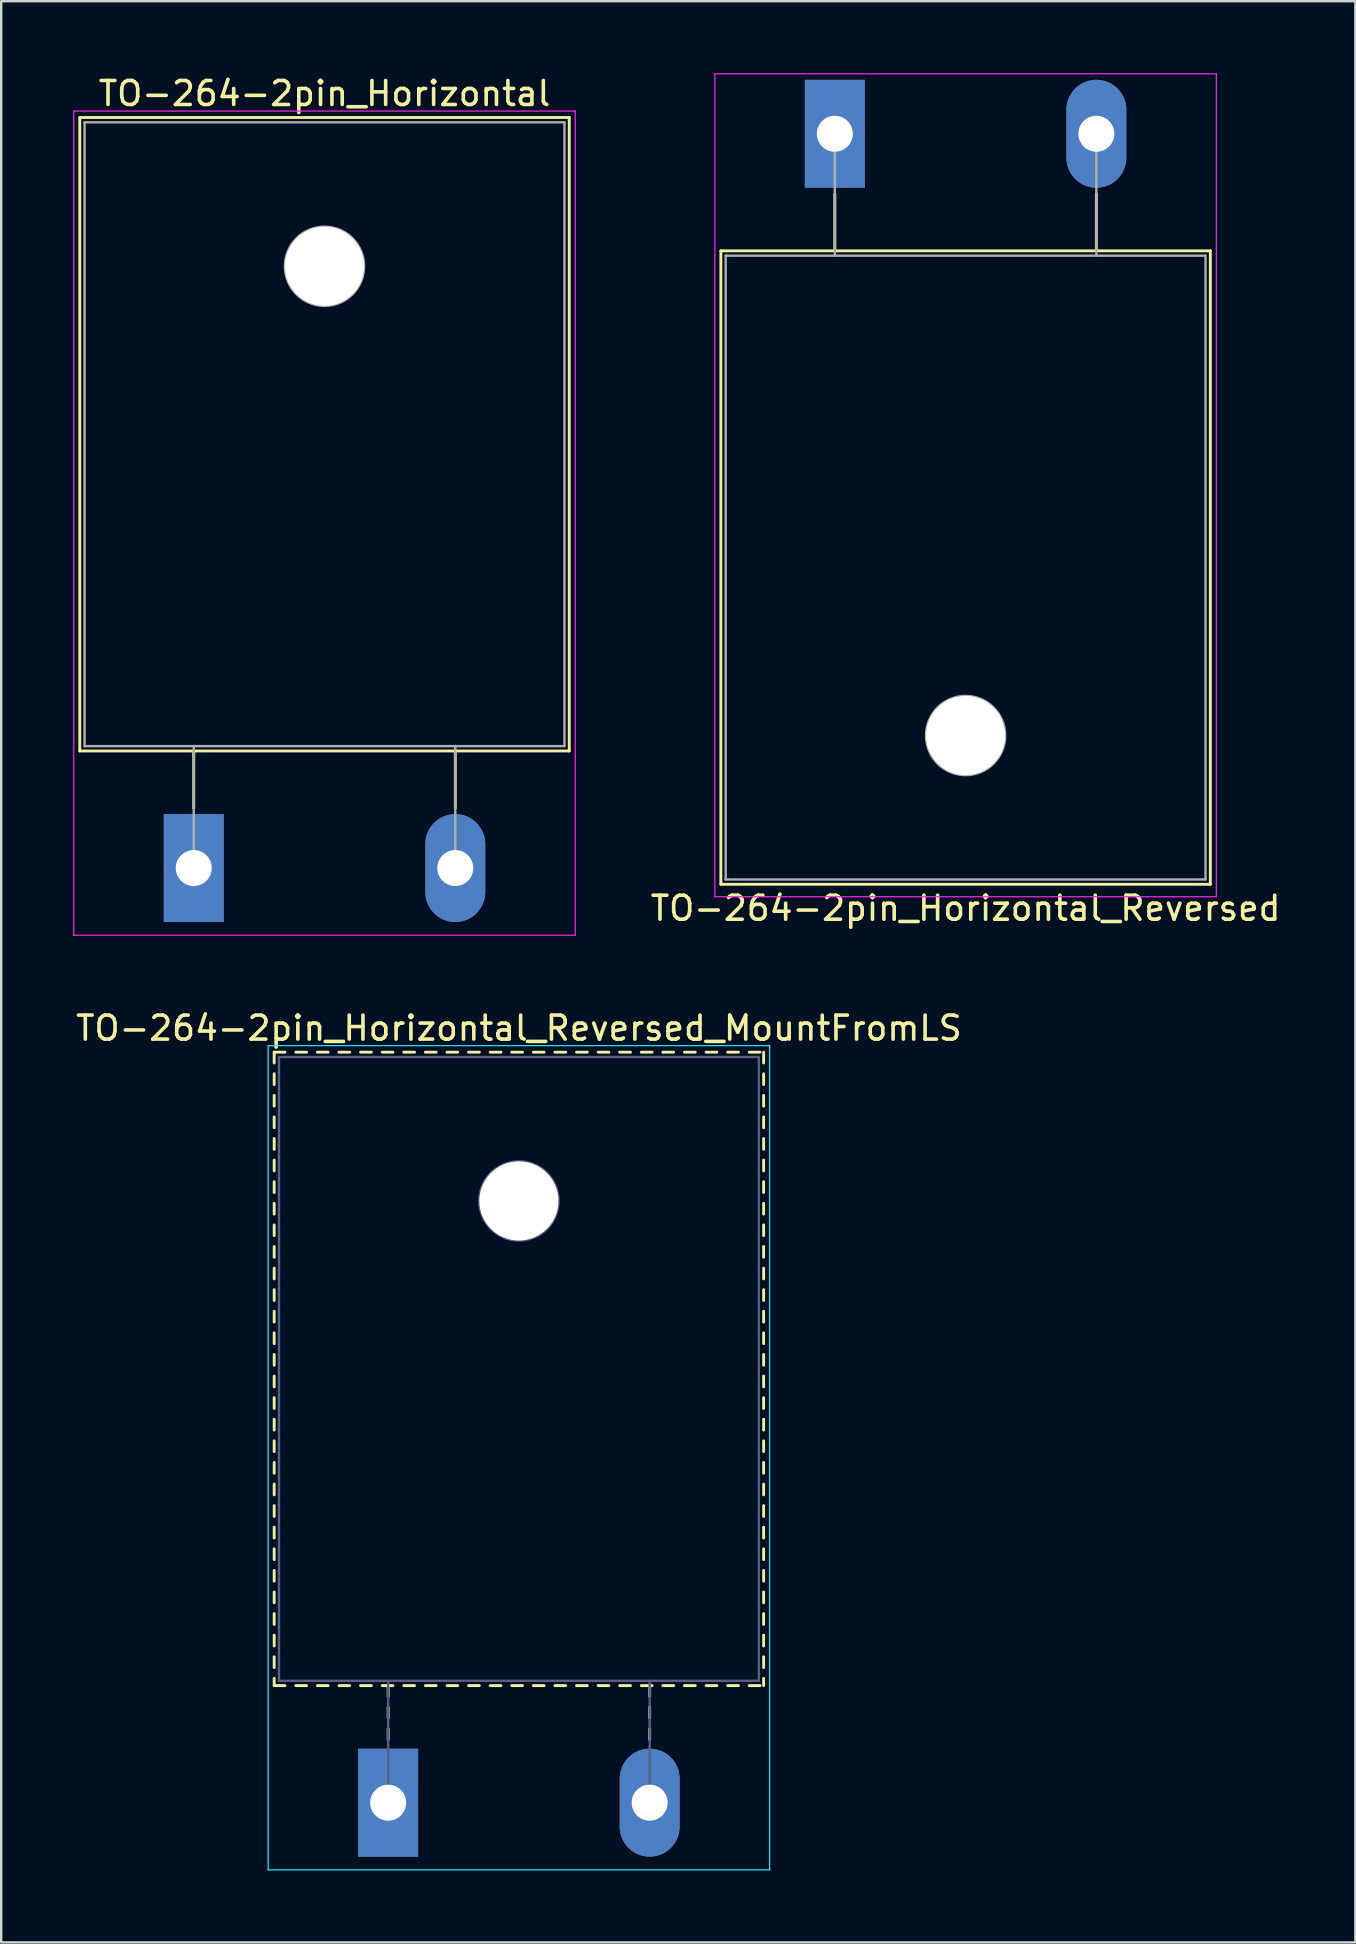
<source format=kicad_pcb>
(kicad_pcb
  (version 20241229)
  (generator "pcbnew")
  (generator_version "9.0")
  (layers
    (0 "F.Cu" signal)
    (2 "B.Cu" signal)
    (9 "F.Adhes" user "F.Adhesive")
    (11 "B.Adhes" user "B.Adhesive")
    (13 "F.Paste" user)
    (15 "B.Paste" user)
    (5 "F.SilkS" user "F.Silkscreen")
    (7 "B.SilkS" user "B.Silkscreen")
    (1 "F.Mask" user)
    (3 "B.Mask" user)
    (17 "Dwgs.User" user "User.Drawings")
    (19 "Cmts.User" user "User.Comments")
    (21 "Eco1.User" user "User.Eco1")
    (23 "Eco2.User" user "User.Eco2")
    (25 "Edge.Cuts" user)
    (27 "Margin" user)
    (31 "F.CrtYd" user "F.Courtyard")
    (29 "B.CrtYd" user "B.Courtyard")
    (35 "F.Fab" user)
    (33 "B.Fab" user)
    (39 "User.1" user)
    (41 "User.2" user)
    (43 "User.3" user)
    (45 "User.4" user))
  (footprint "TO-264-2pin_Horizontal"
    (layer "F.Cu")
    (at 5.025 33.128)
    (property "Reference" "TO-264-2pin_Horizontal" (at 5.45 -32.28 0) (layer "F.SilkS") (effects (font (size 1 1) (thickness 0.15))))
    (attr through_hole)
    (fp_line (start -4.75 -31.28) (end -4.75 -4.88) (stroke (width 0.12) (type solid)) (layer "F.SilkS"))
    (fp_line (start -4.75 -31.28) (end 15.65 -31.28) (stroke (width 0.12) (type solid)) (layer "F.SilkS"))
    (fp_line (start -4.75 -4.88) (end 15.65 -4.88) (stroke (width 0.12) (type solid)) (layer "F.SilkS"))
    (fp_line (start 0 -4.88) (end 0 -2.5) (stroke (width 0.12) (type solid)) (layer "F.SilkS"))
    (fp_line (start 10.9 -4.88) (end 10.9 -2.5) (stroke (width 0.12) (type solid)) (layer "F.SilkS"))
    (fp_line (start 15.65 -31.28) (end 15.65 -4.88) (stroke (width 0.12) (type solid)) (layer "F.SilkS"))
    (fp_line (start -5 -31.55) (end -5 2.8) (stroke (width 0.05) (type solid)) (layer "F.CrtYd"))
    (fp_line (start -5 2.8) (end 15.9 2.8) (stroke (width 0.05) (type solid)) (layer "F.CrtYd"))
    (fp_line (start 15.9 -31.55) (end -5 -31.55) (stroke (width 0.05) (type solid)) (layer "F.CrtYd"))
    (fp_line (start 15.9 2.8) (end 15.9 -31.55) (stroke (width 0.05) (type solid)) (layer "F.CrtYd"))
    (fp_line (start -4.55 -31.08) (end 15.45 -31.08) (stroke (width 0.1) (type solid)) (layer "F.Fab"))
    (fp_line (start -4.55 -5.08) (end -4.55 -31.08) (stroke (width 0.1) (type solid)) (layer "F.Fab"))
    (fp_line (start 0 -5.08) (end 0 0) (stroke (width 0.1) (type solid)) (layer "F.Fab"))
    (fp_line (start 10.9 -5.08) (end 10.9 0) (stroke (width 0.1) (type solid)) (layer "F.Fab"))
    (fp_line (start 15.45 -31.08) (end 15.45 -5.08) (stroke (width 0.1) (type solid)) (layer "F.Fab"))
    (fp_line (start 15.45 -5.08) (end -4.55 -5.08) (stroke (width 0.1) (type solid)) (layer "F.Fab"))
    (fp_circle (center 5.45 -25.08) (end 7.1 -25.08) (stroke (width 0.1) (type solid)) (fill no) (layer "F.Fab"))
    (pad "" np_thru_hole oval (at 5.45 -25.08) (size 3.3 3.3) (drill 3.3) (layers "*.Cu" "*.Mask"))
    (pad "1" thru_hole rect (at 0 0) (size 2.5 4.5) (drill 1.5) (layers "*.Cu" "*.Mask"))
    (pad "2" thru_hole oval (at 10.9 0) (size 2.5 4.5) (drill 1.5) (layers "*.Cu" "*.Mask")))
  (footprint "TO-264-2pin_Horizontal_Reversed_MountFromLS"
    (layer "F.Cu")
    (at 13.127 72.082)
    (property "Reference" "TO-264-2pin_Horizontal_Reversed_MountFromLS" (at 5.45 -32.28 0) (layer "F.SilkS") (effects (font (size 1 1) (thickness 0.15))))
    (attr through_hole)
    (fp_line (start -4.75 -31.28) (end -4.75 -30.83) (stroke (width 0.12) (type solid)) (layer "F.SilkS"))
    (fp_line (start -4.75 -31.28) (end -4.3 -31.28) (stroke (width 0.12) (type solid)) (layer "F.SilkS"))
    (fp_line (start -4.75 -30.38) (end -4.75 -29.93) (stroke (width 0.12) (type solid)) (layer "F.SilkS"))
    (fp_line (start -4.75 -29.48) (end -4.75 -29.03) (stroke (width 0.12) (type solid)) (layer "F.SilkS"))
    (fp_line (start -4.75 -28.58) (end -4.75 -28.131) (stroke (width 0.12) (type solid)) (layer "F.SilkS"))
    (fp_line (start -4.75 -27.681) (end -4.75 -27.231) (stroke (width 0.12) (type solid)) (layer "F.SilkS"))
    (fp_line (start -4.75 -26.781) (end -4.75 -26.331) (stroke (width 0.12) (type solid)) (layer "F.SilkS"))
    (fp_line (start -4.75 -25.881) (end -4.75 -25.431) (stroke (width 0.12) (type solid)) (layer "F.SilkS"))
    (fp_line (start -4.75 -24.981) (end -4.75 -24.531) (stroke (width 0.12) (type solid)) (layer "F.SilkS"))
    (fp_line (start -4.75 -24.081) (end -4.75 -23.631) (stroke (width 0.12) (type solid)) (layer "F.SilkS"))
    (fp_line (start -4.75 -23.181) (end -4.75 -22.731) (stroke (width 0.12) (type solid)) (layer "F.SilkS"))
    (fp_line (start -4.75 -22.281) (end -4.75 -21.831) (stroke (width 0.12) (type solid)) (layer "F.SilkS"))
    (fp_line (start -4.75 -21.381) (end -4.75 -20.931) (stroke (width 0.12) (type solid)) (layer "F.SilkS"))
    (fp_line (start -4.75 -20.481) (end -4.75 -20.031) (stroke (width 0.12) (type solid)) (layer "F.SilkS"))
    (fp_line (start -4.75 -19.581) (end -4.75 -19.131) (stroke (width 0.12) (type solid)) (layer "F.SilkS"))
    (fp_line (start -4.75 -18.681) (end -4.75 -18.231) (stroke (width 0.12) (type solid)) (layer "F.SilkS"))
    (fp_line (start -4.75 -17.781) (end -4.75 -17.331) (stroke (width 0.12) (type solid)) (layer "F.SilkS"))
    (fp_line (start -4.75 -16.881) (end -4.75 -16.431) (stroke (width 0.12) (type solid)) (layer "F.SilkS"))
    (fp_line (start -4.75 -15.981) (end -4.75 -15.531) (stroke (width 0.12) (type solid)) (layer "F.SilkS"))
    (fp_line (start -4.75 -15.081) (end -4.75 -14.631) (stroke (width 0.12) (type solid)) (layer "F.SilkS"))
    (fp_line (start -4.75 -14.181) (end -4.75 -13.731) (stroke (width 0.12) (type solid)) (layer "F.SilkS"))
    (fp_line (start -4.75 -13.281) (end -4.75 -12.831) (stroke (width 0.12) (type solid)) (layer "F.SilkS"))
    (fp_line (start -4.75 -12.381) (end -4.75 -11.931) (stroke (width 0.12) (type solid)) (layer "F.SilkS"))
    (fp_line (start -4.75 -11.481) (end -4.75 -11.031) (stroke (width 0.12) (type solid)) (layer "F.SilkS"))
    (fp_line (start -4.75 -10.581) (end -4.75 -10.131) (stroke (width 0.12) (type solid)) (layer "F.SilkS"))
    (fp_line (start -4.75 -9.681) (end -4.75 -9.231) (stroke (width 0.12) (type solid)) (layer "F.SilkS"))
    (fp_line (start -4.75 -8.781) (end -4.75 -8.331) (stroke (width 0.12) (type solid)) (layer "F.SilkS"))
    (fp_line (start -4.75 -7.881) (end -4.75 -7.431) (stroke (width 0.12) (type solid)) (layer "F.SilkS"))
    (fp_line (start -4.75 -6.981) (end -4.75 -6.531) (stroke (width 0.12) (type solid)) (layer "F.SilkS"))
    (fp_line (start -4.75 -6.081) (end -4.75 -5.631) (stroke (width 0.12) (type solid)) (layer "F.SilkS"))
    (fp_line (start -4.75 -5.181) (end -4.75 -4.88) (stroke (width 0.12) (type solid)) (layer "F.SilkS"))
    (fp_line (start -4.75 -4.88) (end -4.3 -4.88) (stroke (width 0.12) (type solid)) (layer "F.SilkS"))
    (fp_line (start -3.85 -31.28) (end -3.4 -31.28) (stroke (width 0.12) (type solid)) (layer "F.SilkS"))
    (fp_line (start -3.85 -4.88) (end -3.4 -4.88) (stroke (width 0.12) (type solid)) (layer "F.SilkS"))
    (fp_line (start -2.95 -31.28) (end -2.5 -31.28) (stroke (width 0.12) (type solid)) (layer "F.SilkS"))
    (fp_line (start -2.95 -4.88) (end -2.5 -4.88) (stroke (width 0.12) (type solid)) (layer "F.SilkS"))
    (fp_line (start -2.05 -31.28) (end -1.6 -31.28) (stroke (width 0.12) (type solid)) (layer "F.SilkS"))
    (fp_line (start -2.05 -4.88) (end -1.6 -4.88) (stroke (width 0.12) (type solid)) (layer "F.SilkS"))
    (fp_line (start -1.15 -31.28) (end -0.7 -31.28) (stroke (width 0.12) (type solid)) (layer "F.SilkS"))
    (fp_line (start -1.15 -4.88) (end -0.7 -4.88) (stroke (width 0.12) (type solid)) (layer "F.SilkS"))
    (fp_line (start -0.25 -31.28) (end 0.201 -31.28) (stroke (width 0.12) (type solid)) (layer "F.SilkS"))
    (fp_line (start -0.25 -4.88) (end 0.201 -4.88) (stroke (width 0.12) (type solid)) (layer "F.SilkS"))
    (fp_line (start 0 -4.88) (end 0 -4.43) (stroke (width 0.12) (type solid)) (layer "F.SilkS"))
    (fp_line (start 0 -3.98) (end 0 -3.53) (stroke (width 0.12) (type solid)) (layer "F.SilkS"))
    (fp_line (start 0 -3.08) (end 0 -2.63) (stroke (width 0.12) (type solid)) (layer "F.SilkS"))
    (fp_line (start 0.651 -31.28) (end 1.101 -31.28) (stroke (width 0.12) (type solid)) (layer "F.SilkS"))
    (fp_line (start 0.651 -4.88) (end 1.101 -4.88) (stroke (width 0.12) (type solid)) (layer "F.SilkS"))
    (fp_line (start 1.551 -31.28) (end 2.001 -31.28) (stroke (width 0.12) (type solid)) (layer "F.SilkS"))
    (fp_line (start 1.551 -4.88) (end 2.001 -4.88) (stroke (width 0.12) (type solid)) (layer "F.SilkS"))
    (fp_line (start 2.451 -31.28) (end 2.901 -31.28) (stroke (width 0.12) (type solid)) (layer "F.SilkS"))
    (fp_line (start 2.451 -4.88) (end 2.901 -4.88) (stroke (width 0.12) (type solid)) (layer "F.SilkS"))
    (fp_line (start 3.351 -31.28) (end 3.801 -31.28) (stroke (width 0.12) (type solid)) (layer "F.SilkS"))
    (fp_line (start 3.351 -4.88) (end 3.801 -4.88) (stroke (width 0.12) (type solid)) (layer "F.SilkS"))
    (fp_line (start 4.251 -31.28) (end 4.701 -31.28) (stroke (width 0.12) (type solid)) (layer "F.SilkS"))
    (fp_line (start 4.251 -4.88) (end 4.701 -4.88) (stroke (width 0.12) (type solid)) (layer "F.SilkS"))
    (fp_line (start 5.151 -31.28) (end 5.601 -31.28) (stroke (width 0.12) (type solid)) (layer "F.SilkS"))
    (fp_line (start 5.151 -4.88) (end 5.601 -4.88) (stroke (width 0.12) (type solid)) (layer "F.SilkS"))
    (fp_line (start 6.051 -31.28) (end 6.501 -31.28) (stroke (width 0.12) (type solid)) (layer "F.SilkS"))
    (fp_line (start 6.051 -4.88) (end 6.501 -4.88) (stroke (width 0.12) (type solid)) (layer "F.SilkS"))
    (fp_line (start 6.951 -31.28) (end 7.401 -31.28) (stroke (width 0.12) (type solid)) (layer "F.SilkS"))
    (fp_line (start 6.951 -4.88) (end 7.401 -4.88) (stroke (width 0.12) (type solid)) (layer "F.SilkS"))
    (fp_line (start 7.851 -31.28) (end 8.301 -31.28) (stroke (width 0.12) (type solid)) (layer "F.SilkS"))
    (fp_line (start 7.851 -4.88) (end 8.301 -4.88) (stroke (width 0.12) (type solid)) (layer "F.SilkS"))
    (fp_line (start 8.751 -31.28) (end 9.2 -31.28) (stroke (width 0.12) (type solid)) (layer "F.SilkS"))
    (fp_line (start 8.751 -4.88) (end 9.2 -4.88) (stroke (width 0.12) (type solid)) (layer "F.SilkS"))
    (fp_line (start 9.65 -31.28) (end 10.1 -31.28) (stroke (width 0.12) (type solid)) (layer "F.SilkS"))
    (fp_line (start 9.65 -4.88) (end 10.1 -4.88) (stroke (width 0.12) (type solid)) (layer "F.SilkS"))
    (fp_line (start 10.55 -31.28) (end 11 -31.28) (stroke (width 0.12) (type solid)) (layer "F.SilkS"))
    (fp_line (start 10.55 -4.88) (end 11 -4.88) (stroke (width 0.12) (type solid)) (layer "F.SilkS"))
    (fp_line (start 10.9 -4.88) (end 10.9 -4.43) (stroke (width 0.12) (type solid)) (layer "F.SilkS"))
    (fp_line (start 10.9 -3.98) (end 10.9 -3.53) (stroke (width 0.12) (type solid)) (layer "F.SilkS"))
    (fp_line (start 10.9 -3.08) (end 10.9 -2.63) (stroke (width 0.12) (type solid)) (layer "F.SilkS"))
    (fp_line (start 11.45 -31.28) (end 11.9 -31.28) (stroke (width 0.12) (type solid)) (layer "F.SilkS"))
    (fp_line (start 11.45 -4.88) (end 11.9 -4.88) (stroke (width 0.12) (type solid)) (layer "F.SilkS"))
    (fp_line (start 12.35 -31.28) (end 12.8 -31.28) (stroke (width 0.12) (type solid)) (layer "F.SilkS"))
    (fp_line (start 12.35 -4.88) (end 12.8 -4.88) (stroke (width 0.12) (type solid)) (layer "F.SilkS"))
    (fp_line (start 13.25 -31.28) (end 13.7 -31.28) (stroke (width 0.12) (type solid)) (layer "F.SilkS"))
    (fp_line (start 13.25 -4.88) (end 13.7 -4.88) (stroke (width 0.12) (type solid)) (layer "F.SilkS"))
    (fp_line (start 14.15 -31.28) (end 14.6 -31.28) (stroke (width 0.12) (type solid)) (layer "F.SilkS"))
    (fp_line (start 14.15 -4.88) (end 14.6 -4.88) (stroke (width 0.12) (type solid)) (layer "F.SilkS"))
    (fp_line (start 15.05 -31.28) (end 15.5 -31.28) (stroke (width 0.12) (type solid)) (layer "F.SilkS"))
    (fp_line (start 15.05 -4.88) (end 15.5 -4.88) (stroke (width 0.12) (type solid)) (layer "F.SilkS"))
    (fp_line (start 15.65 -31.28) (end 15.65 -30.83) (stroke (width 0.12) (type solid)) (layer "F.SilkS"))
    (fp_line (start 15.65 -30.38) (end 15.65 -29.93) (stroke (width 0.12) (type solid)) (layer "F.SilkS"))
    (fp_line (start 15.65 -29.48) (end 15.65 -29.03) (stroke (width 0.12) (type solid)) (layer "F.SilkS"))
    (fp_line (start 15.65 -28.58) (end 15.65 -28.131) (stroke (width 0.12) (type solid)) (layer "F.SilkS"))
    (fp_line (start 15.65 -27.681) (end 15.65 -27.231) (stroke (width 0.12) (type solid)) (layer "F.SilkS"))
    (fp_line (start 15.65 -26.781) (end 15.65 -26.331) (stroke (width 0.12) (type solid)) (layer "F.SilkS"))
    (fp_line (start 15.65 -25.881) (end 15.65 -25.431) (stroke (width 0.12) (type solid)) (layer "F.SilkS"))
    (fp_line (start 15.65 -24.981) (end 15.65 -24.531) (stroke (width 0.12) (type solid)) (layer "F.SilkS"))
    (fp_line (start 15.65 -24.081) (end 15.65 -23.631) (stroke (width 0.12) (type solid)) (layer "F.SilkS"))
    (fp_line (start 15.65 -23.181) (end 15.65 -22.731) (stroke (width 0.12) (type solid)) (layer "F.SilkS"))
    (fp_line (start 15.65 -22.281) (end 15.65 -21.831) (stroke (width 0.12) (type solid)) (layer "F.SilkS"))
    (fp_line (start 15.65 -21.381) (end 15.65 -20.931) (stroke (width 0.12) (type solid)) (layer "F.SilkS"))
    (fp_line (start 15.65 -20.481) (end 15.65 -20.031) (stroke (width 0.12) (type solid)) (layer "F.SilkS"))
    (fp_line (start 15.65 -19.581) (end 15.65 -19.131) (stroke (width 0.12) (type solid)) (layer "F.SilkS"))
    (fp_line (start 15.65 -18.681) (end 15.65 -18.231) (stroke (width 0.12) (type solid)) (layer "F.SilkS"))
    (fp_line (start 15.65 -17.781) (end 15.65 -17.331) (stroke (width 0.12) (type solid)) (layer "F.SilkS"))
    (fp_line (start 15.65 -16.881) (end 15.65 -16.431) (stroke (width 0.12) (type solid)) (layer "F.SilkS"))
    (fp_line (start 15.65 -15.981) (end 15.65 -15.531) (stroke (width 0.12) (type solid)) (layer "F.SilkS"))
    (fp_line (start 15.65 -15.081) (end 15.65 -14.631) (stroke (width 0.12) (type solid)) (layer "F.SilkS"))
    (fp_line (start 15.65 -14.181) (end 15.65 -13.731) (stroke (width 0.12) (type solid)) (layer "F.SilkS"))
    (fp_line (start 15.65 -13.281) (end 15.65 -12.831) (stroke (width 0.12) (type solid)) (layer "F.SilkS"))
    (fp_line (start 15.65 -12.381) (end 15.65 -11.931) (stroke (width 0.12) (type solid)) (layer "F.SilkS"))
    (fp_line (start 15.65 -11.481) (end 15.65 -11.031) (stroke (width 0.12) (type solid)) (layer "F.SilkS"))
    (fp_line (start 15.65 -10.581) (end 15.65 -10.131) (stroke (width 0.12) (type solid)) (layer "F.SilkS"))
    (fp_line (start 15.65 -9.681) (end 15.65 -9.231) (stroke (width 0.12) (type solid)) (layer "F.SilkS"))
    (fp_line (start 15.65 -8.781) (end 15.65 -8.331) (stroke (width 0.12) (type solid)) (layer "F.SilkS"))
    (fp_line (start 15.65 -7.881) (end 15.65 -7.431) (stroke (width 0.12) (type solid)) (layer "F.SilkS"))
    (fp_line (start 15.65 -6.981) (end 15.65 -6.531) (stroke (width 0.12) (type solid)) (layer "F.SilkS"))
    (fp_line (start 15.65 -6.081) (end 15.65 -5.631) (stroke (width 0.12) (type solid)) (layer "F.SilkS"))
    (fp_line (start 15.65 -5.181) (end 15.65 -4.88) (stroke (width 0.12) (type solid)) (layer "F.SilkS"))
    (fp_line (start -5 -31.55) (end -5 2.8) (stroke (width 0.05) (type solid)) (layer "B.CrtYd"))
    (fp_line (start -5 2.8) (end 15.9 2.8) (stroke (width 0.05) (type solid)) (layer "B.CrtYd"))
    (fp_line (start 15.9 -31.55) (end -5 -31.55) (stroke (width 0.05) (type solid)) (layer "B.CrtYd"))
    (fp_line (start 15.9 2.8) (end 15.9 -31.55) (stroke (width 0.05) (type solid)) (layer "B.CrtYd"))
    (fp_line (start -4.55 -31.08) (end 15.45 -31.08) (stroke (width 0.1) (type solid)) (layer "B.Fab"))
    (fp_line (start -4.55 -5.08) (end -4.55 -31.08) (stroke (width 0.1) (type solid)) (layer "B.Fab"))
    (fp_line (start 0 -5.08) (end 0 0) (stroke (width 0.1) (type solid)) (layer "B.Fab"))
    (fp_line (start 10.9 -5.08) (end 10.9 0) (stroke (width 0.1) (type solid)) (layer "B.Fab"))
    (fp_line (start 15.45 -31.08) (end 15.45 -5.08) (stroke (width 0.1) (type solid)) (layer "B.Fab"))
    (fp_line (start 15.45 -5.08) (end -4.55 -5.08) (stroke (width 0.1) (type solid)) (layer "B.Fab"))
    (fp_circle (center 5.45 -25.08) (end 7.1 -25.08) (stroke (width 0.1) (type solid)) (fill no) (layer "B.Fab"))
    (pad "" np_thru_hole oval (at 5.45 -25.08) (size 3.3 3.3) (drill 3.3) (layers "*.Cu" "*.Mask"))
    (pad "1" thru_hole rect (at 0 0) (size 2.5 4.5) (drill 1.5) (layers "*.Cu" "*.Mask"))
    (pad "2" thru_hole oval (at 10.9 0) (size 2.5 4.5) (drill 1.5) (layers "*.Cu" "*.Mask")))
  (footprint "TO-264-2pin_Horizontal_Reversed"
    (layer "F.Cu")
    (at 31.744 2.525)
    (property "Reference" "TO-264-2pin_Horizontal_Reversed" (at 5.45 32.28 0) (layer "F.SilkS") (effects (font (size 1 1) (thickness 0.15))))
    (attr through_hole)
    (fp_line (start -4.75 4.88) (end -4.75 31.28) (stroke (width 0.12) (type solid)) (layer "F.SilkS"))
    (fp_line (start -4.75 4.88) (end 15.65 4.88) (stroke (width 0.12) (type solid)) (layer "F.SilkS"))
    (fp_line (start -4.75 31.28) (end 15.65 31.28) (stroke (width 0.12) (type solid)) (layer "F.SilkS"))
    (fp_line (start 0 2.5) (end 0 4.88) (stroke (width 0.12) (type solid)) (layer "F.SilkS"))
    (fp_line (start 10.9 2.5) (end 10.9 4.88) (stroke (width 0.12) (type solid)) (layer "F.SilkS"))
    (fp_line (start 15.65 4.88) (end 15.65 31.28) (stroke (width 0.12) (type solid)) (layer "F.SilkS"))
    (fp_line (start -5 -2.5) (end -5 31.8) (stroke (width 0.05) (type solid)) (layer "F.CrtYd"))
    (fp_line (start -5 31.8) (end 15.9 31.8) (stroke (width 0.05) (type solid)) (layer "F.CrtYd"))
    (fp_line (start 15.9 -2.5) (end -5 -2.5) (stroke (width 0.05) (type solid)) (layer "F.CrtYd"))
    (fp_line (start 15.9 31.8) (end 15.9 -2.5) (stroke (width 0.05) (type solid)) (layer "F.CrtYd"))
    (fp_line (start -4.55 5.08) (end -4.55 31.08) (stroke (width 0.1) (type solid)) (layer "F.Fab"))
    (fp_line (start -4.55 31.08) (end 15.45 31.08) (stroke (width 0.1) (type solid)) (layer "F.Fab"))
    (fp_line (start 0 5.08) (end 0 0) (stroke (width 0.1) (type solid)) (layer "F.Fab"))
    (fp_line (start 10.9 5.08) (end 10.9 0) (stroke (width 0.1) (type solid)) (layer "F.Fab"))
    (fp_line (start 15.45 5.08) (end -4.55 5.08) (stroke (width 0.1) (type solid)) (layer "F.Fab"))
    (fp_line (start 15.45 31.08) (end 15.45 5.08) (stroke (width 0.1) (type solid)) (layer "F.Fab"))
    (fp_circle (center 5.45 25.08) (end 7.1 25.08) (stroke (width 0.1) (type solid)) (fill no) (layer "F.Fab"))
    (pad "" np_thru_hole oval (at 5.45 25.08) (size 3.3 3.3) (drill 3.3) (layers "*.Cu" "*.Mask"))
    (pad "1" thru_hole rect (at 0 0) (size 2.5 4.5) (drill 1.5) (layers "*.Cu" "*.Mask"))
    (pad "2" thru_hole oval (at 10.9 0) (size 2.5 4.5) (drill 1.5) (layers "*.Cu" "*.Mask")))
  (gr_rect
    (start -3 -3)
    (end 53.438 77.906)
    (stroke (width 0.1) (type default))
    (fill no)
    (layer "Edge.Cuts")))
</source>
